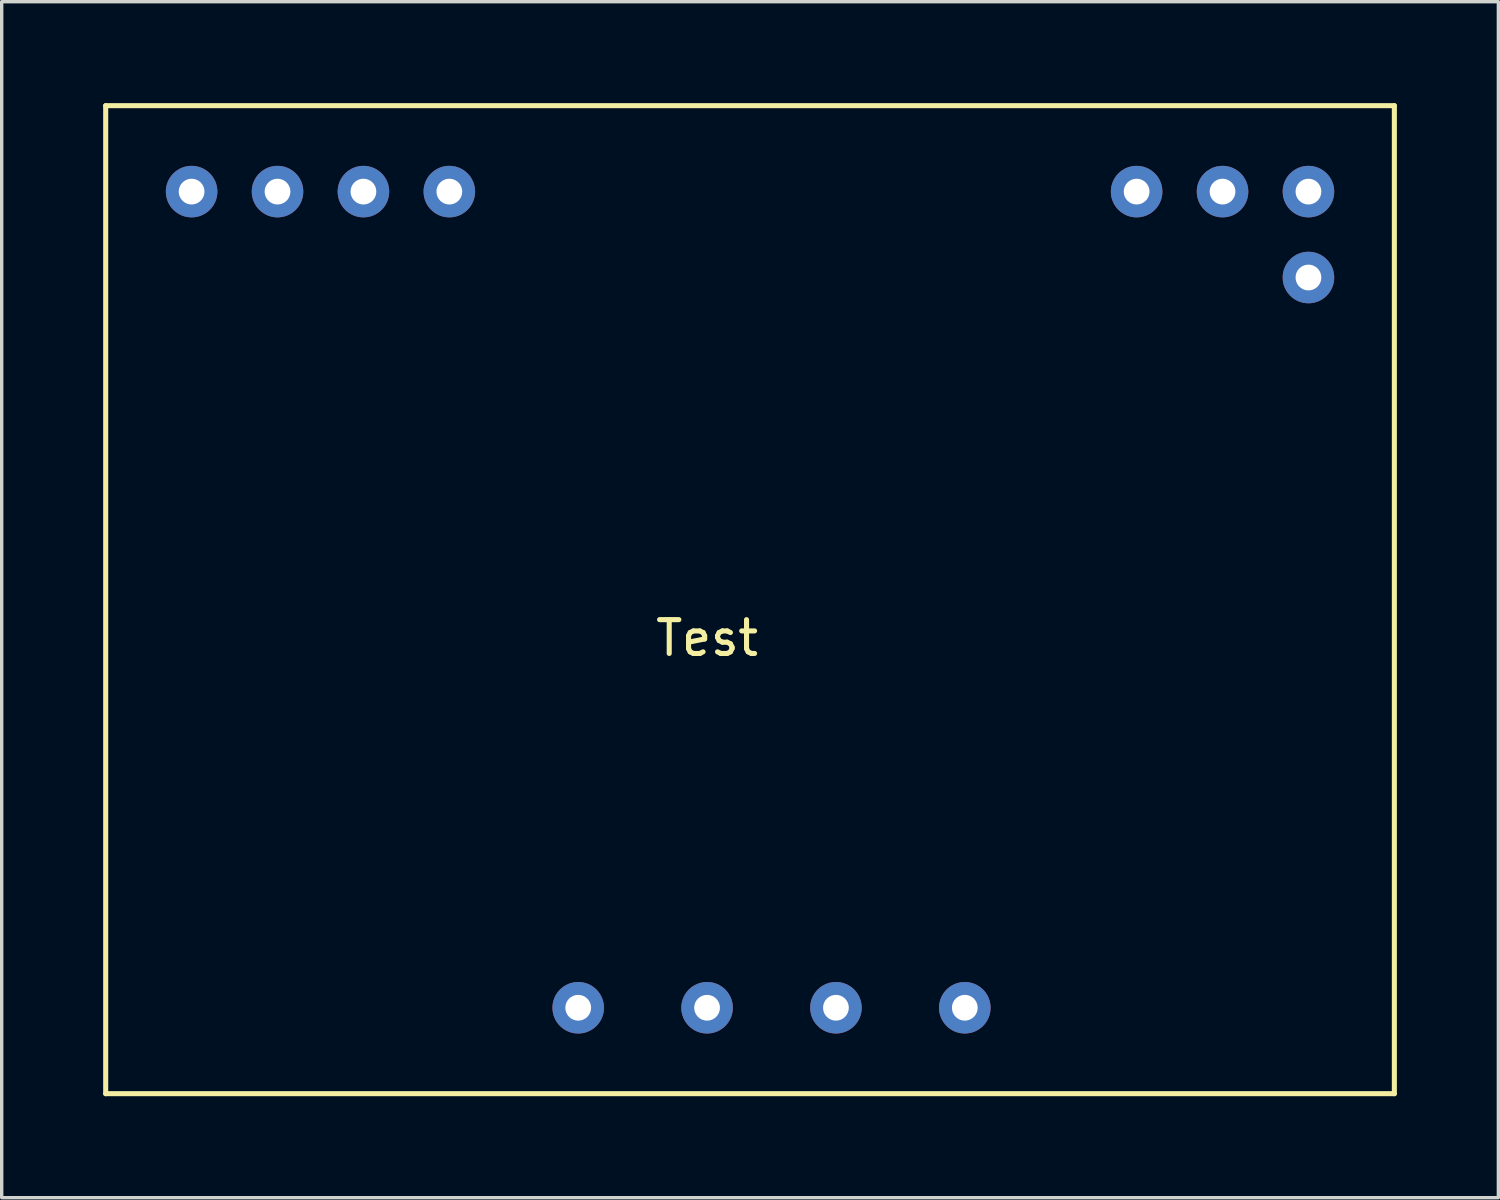
<source format=kicad_pcb>
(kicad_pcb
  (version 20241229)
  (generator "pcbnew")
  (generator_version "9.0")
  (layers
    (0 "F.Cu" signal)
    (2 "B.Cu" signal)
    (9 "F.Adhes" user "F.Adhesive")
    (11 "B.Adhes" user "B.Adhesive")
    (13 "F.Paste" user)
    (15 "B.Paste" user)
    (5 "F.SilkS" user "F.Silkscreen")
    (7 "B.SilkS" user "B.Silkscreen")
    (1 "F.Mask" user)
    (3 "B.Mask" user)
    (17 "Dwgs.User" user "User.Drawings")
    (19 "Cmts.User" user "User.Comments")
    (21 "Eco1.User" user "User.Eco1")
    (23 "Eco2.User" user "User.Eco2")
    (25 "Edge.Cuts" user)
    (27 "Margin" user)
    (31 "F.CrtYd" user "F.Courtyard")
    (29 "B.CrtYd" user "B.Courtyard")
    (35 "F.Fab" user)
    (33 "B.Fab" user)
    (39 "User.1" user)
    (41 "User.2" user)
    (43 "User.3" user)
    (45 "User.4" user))
  (footprint "Test"
    (layer "F.Cu")
    (at 17.855 15.315)
    (property "Reference" "Test" (at 0 0.5 0) (layer "F.SilkS") (effects (font (size 1 1) (thickness 0.15))))
    (attr through_hole)
    (fp_line (start -17.78 -15.24) (end -17.78 13.97) (stroke (width 0.15) (type solid)) (layer "F.SilkS"))
    (fp_line (start -17.78 13.97) (end 20.32 13.97) (stroke (width 0.15) (type solid)) (layer "F.SilkS"))
    (fp_line (start 20.32 -15.24) (end -17.78 -15.24) (stroke (width 0.15) (type solid)) (layer "F.SilkS"))
    (fp_line (start 20.32 13.97) (end 20.32 -15.24) (stroke (width 0.15) (type solid)) (layer "F.SilkS"))
    (pad "1" thru_hole circle (at -15.24 -12.7) (size 1.524 1.524) (drill 0.762) (layers "*.Cu" "*.Mask"))
    (pad "2" thru_hole circle (at -12.7 -12.7) (size 1.524 1.524) (drill 0.762) (layers "*.Cu" "*.Mask"))
    (pad "3" thru_hole circle (at -10.16 -12.7) (size 1.524 1.524) (drill 0.762) (layers "*.Cu" "*.Mask"))
    (pad "4" thru_hole circle (at -7.62 -12.7) (size 1.524 1.524) (drill 0.762) (layers "*.Cu" "*.Mask"))
    (pad "5" thru_hole circle (at 12.7 -12.7) (size 1.524 1.524) (drill 0.762) (layers "*.Cu" "*.Mask"))
    (pad "6" thru_hole circle (at 15.24 -12.7) (size 1.524 1.524) (drill 0.762) (layers "*.Cu" "*.Mask"))
    (pad "7" thru_hole circle (at 17.78 -12.7) (size 1.524 1.524) (drill 0.762) (layers "*.Cu" "*.Mask"))
    (pad "8" thru_hole circle (at 17.78 -10.16) (size 1.524 1.524) (drill 0.762) (layers "*.Cu" "*.Mask"))
    (pad "9" thru_hole circle (at -3.81 11.43) (size 1.524 1.524) (drill 0.762) (layers "*.Cu" "*.Mask"))
    (pad "10" thru_hole circle (at 0 11.43) (size 1.524 1.524) (drill 0.762) (layers "*.Cu" "*.Mask"))
    (pad "11" thru_hole circle (at 3.81 11.43) (size 1.524 1.524) (drill 0.762) (layers "*.Cu" "*.Mask"))
    (pad "12" thru_hole circle (at 7.62 11.43) (size 1.524 1.524) (drill 0.762) (layers "*.Cu" "*.Mask")))
  (gr_rect
    (start -3 -3)
    (end 41.25 32.36)
    (stroke (width 0.1) (type default))
    (fill no)
    (layer "Edge.Cuts")))
</source>
